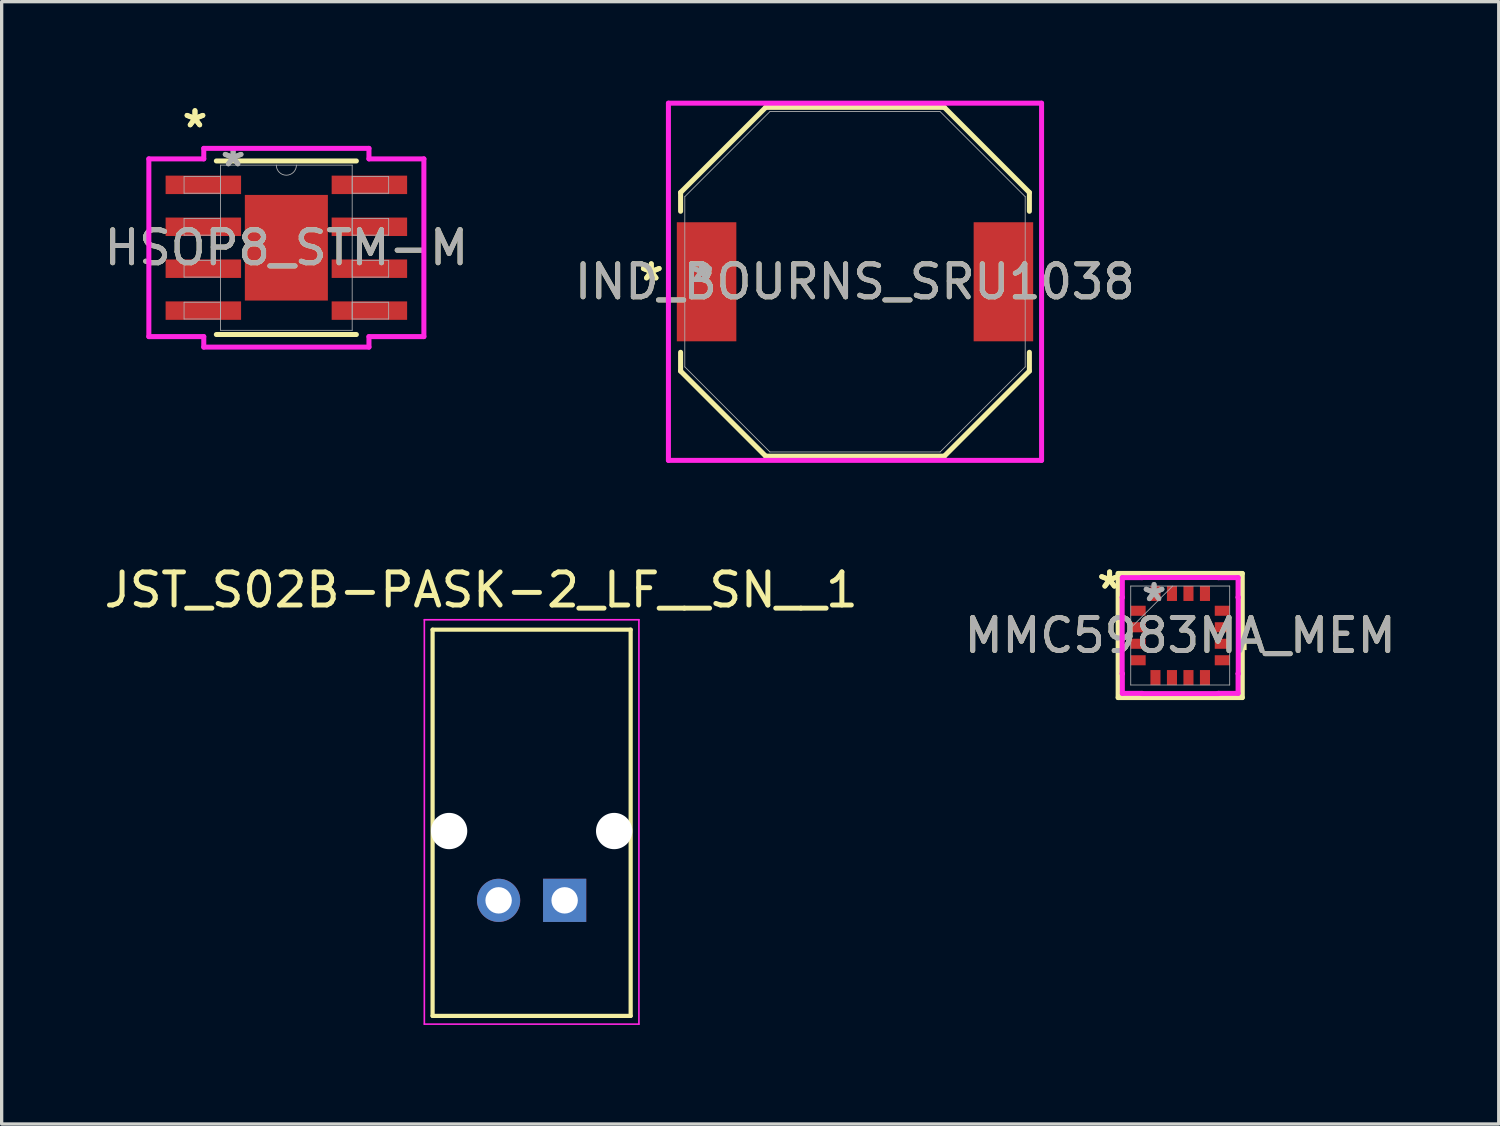
<source format=kicad_pcb>
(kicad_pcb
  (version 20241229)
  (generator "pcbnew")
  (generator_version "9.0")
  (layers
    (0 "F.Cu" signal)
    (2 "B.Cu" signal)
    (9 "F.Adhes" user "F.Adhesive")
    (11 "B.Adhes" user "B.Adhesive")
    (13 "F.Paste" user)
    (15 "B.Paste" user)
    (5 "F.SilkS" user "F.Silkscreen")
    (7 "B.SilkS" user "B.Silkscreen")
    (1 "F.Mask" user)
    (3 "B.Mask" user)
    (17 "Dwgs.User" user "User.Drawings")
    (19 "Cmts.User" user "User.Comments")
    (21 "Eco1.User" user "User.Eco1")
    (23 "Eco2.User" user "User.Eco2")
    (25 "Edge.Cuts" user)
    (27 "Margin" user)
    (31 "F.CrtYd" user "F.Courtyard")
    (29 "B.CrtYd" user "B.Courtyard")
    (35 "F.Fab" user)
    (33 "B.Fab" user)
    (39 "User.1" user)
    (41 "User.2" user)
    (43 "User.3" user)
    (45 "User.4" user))
  (footprint "MMC5983MA_MEM"
    (layer "F.Cu")
    (at 32.703 16.202)
    (property "Reference" "MMC5983MA_MEM" (at 0 0 0) (unlocked yes) (layer "F.SilkS") (effects (font (size 1 1) (thickness 0.15))))
    (attr smd)
    (fp_line (start -1.88 -1.88) (end -1.88 1.88) (stroke (width 0.152) (type solid)) (layer "F.SilkS"))
    (fp_line (start -1.88 1.88) (end 1.88 1.88) (stroke (width 0.152) (type solid)) (layer "F.SilkS"))
    (fp_line (start 1.88 -1.88) (end -1.88 -1.88) (stroke (width 0.152) (type solid)) (layer "F.SilkS"))
    (fp_line (start 1.88 1.88) (end 1.88 -1.88) (stroke (width 0.152) (type solid)) (layer "F.SilkS"))
    (fp_poly (pts (xy 2.012 0.059) (xy 2.012 0.441) (xy 1.758 0.441) (xy 1.758 0.059)) (stroke (width 0) (type solid)) (fill yes) (layer "F.SilkS"))
    (fp_line (start -1.758 -1.156) (end -1.753 -1.156) (stroke (width 0.152) (type solid)) (layer "F.CrtYd"))
    (fp_line (start -1.758 1.156) (end -1.758 -1.156) (stroke (width 0.152) (type solid)) (layer "F.CrtYd"))
    (fp_line (start -1.753 -1.753) (end -1.156 -1.753) (stroke (width 0.152) (type solid)) (layer "F.CrtYd"))
    (fp_line (start -1.753 -1.156) (end -1.753 -1.753) (stroke (width 0.152) (type solid)) (layer "F.CrtYd"))
    (fp_line (start -1.753 1.156) (end -1.758 1.156) (stroke (width 0.152) (type solid)) (layer "F.CrtYd"))
    (fp_line (start -1.753 1.753) (end -1.753 1.156) (stroke (width 0.152) (type solid)) (layer "F.CrtYd"))
    (fp_line (start -1.156 -1.758) (end 1.156 -1.758) (stroke (width 0.152) (type solid)) (layer "F.CrtYd"))
    (fp_line (start -1.156 -1.753) (end -1.156 -1.758) (stroke (width 0.152) (type solid)) (layer "F.CrtYd"))
    (fp_line (start -1.156 1.753) (end -1.753 1.753) (stroke (width 0.152) (type solid)) (layer "F.CrtYd"))
    (fp_line (start -1.156 1.758) (end -1.156 1.753) (stroke (width 0.152) (type solid)) (layer "F.CrtYd"))
    (fp_line (start 1.156 -1.758) (end 1.156 -1.753) (stroke (width 0.152) (type solid)) (layer "F.CrtYd"))
    (fp_line (start 1.156 -1.753) (end 1.753 -1.753) (stroke (width 0.152) (type solid)) (layer "F.CrtYd"))
    (fp_line (start 1.156 1.753) (end 1.156 1.758) (stroke (width 0.152) (type solid)) (layer "F.CrtYd"))
    (fp_line (start 1.156 1.758) (end -1.156 1.758) (stroke (width 0.152) (type solid)) (layer "F.CrtYd"))
    (fp_line (start 1.753 -1.753) (end 1.753 -1.156) (stroke (width 0.152) (type solid)) (layer "F.CrtYd"))
    (fp_line (start 1.753 -1.156) (end 1.758 -1.156) (stroke (width 0.152) (type solid)) (layer "F.CrtYd"))
    (fp_line (start 1.753 1.156) (end 1.753 1.753) (stroke (width 0.152) (type solid)) (layer "F.CrtYd"))
    (fp_line (start 1.753 1.753) (end 1.156 1.753) (stroke (width 0.152) (type solid)) (layer "F.CrtYd"))
    (fp_line (start 1.758 -1.156) (end 1.758 1.156) (stroke (width 0.152) (type solid)) (layer "F.CrtYd"))
    (fp_line (start 1.758 1.156) (end 1.753 1.156) (stroke (width 0.152) (type solid)) (layer "F.CrtYd"))
    (fp_line (start -1.499 -1.499) (end -1.499 1.499) (stroke (width 0.025) (type solid)) (layer "F.Fab"))
    (fp_line (start -1.499 -0.229) (end -0.229 -1.499) (stroke (width 0.025) (type solid)) (layer "F.Fab"))
    (fp_line (start -1.499 1.499) (end 1.499 1.499) (stroke (width 0.025) (type solid)) (layer "F.Fab"))
    (fp_line (start 1.499 -1.499) (end -1.499 -1.499) (stroke (width 0.025) (type solid)) (layer "F.Fab"))
    (fp_line (start 1.499 1.499) (end 1.499 -1.499) (stroke (width 0.025) (type solid)) (layer "F.Fab"))
    (fp_text user "*" (at -2.139 -1.381 0) (layer "F.SilkS") (effects (font (size 1 1) (thickness 0.15))))
    (fp_text user "*" (at -2.139 -1.381 0) (unlocked yes) (layer "F.SilkS") (effects (font (size 1 1) (thickness 0.15))))
    (fp_text user "*" (at -0.792 -1 0) (layer "F.Fab") (effects (font (size 1 1) (thickness 0.15))))
    (fp_text user "${REFERENCE}" (at 0 0 0) (unlocked yes) (layer "F.Fab") (effects (font (size 1 1) (thickness 0.15))))
    (fp_text user "*" (at -0.792 -1 0) (unlocked yes) (layer "F.Fab") (effects (font (size 1 1) (thickness 0.15))))
    (pad "1" smd rect (at -1.275 -0.75 90) (size 0.305 0.457) (layers "F.Cu" "F.Mask" "F.Paste"))
    (pad "2" smd rect (at -1.275 -0.25 90) (size 0.305 0.457) (layers "F.Cu" "F.Mask" "F.Paste"))
    (pad "3" smd rect (at -1.275 0.25 90) (size 0.305 0.457) (layers "F.Cu" "F.Mask" "F.Paste"))
    (pad "4" smd rect (at -1.275 0.75 90) (size 0.305 0.457) (layers "F.Cu" "F.Mask" "F.Paste"))
    (pad "5" smd rect (at -0.75 1.275) (size 0.305 0.457) (layers "F.Cu" "F.Mask" "F.Paste"))
    (pad "6" smd rect (at -0.25 1.275) (size 0.305 0.457) (layers "F.Cu" "F.Mask" "F.Paste"))
    (pad "7" smd rect (at 0.25 1.275) (size 0.305 0.457) (layers "F.Cu" "F.Mask" "F.Paste"))
    (pad "8" smd rect (at 0.75 1.275) (size 0.305 0.457) (layers "F.Cu" "F.Mask" "F.Paste"))
    (pad "9" smd rect (at 1.275 0.75 90) (size 0.305 0.457) (layers "F.Cu" "F.Mask" "F.Paste"))
    (pad "10" smd rect (at 1.275 0.25 90) (size 0.305 0.457) (layers "F.Cu" "F.Mask" "F.Paste"))
    (pad "11" smd rect (at 1.275 -0.25 90) (size 0.305 0.457) (layers "F.Cu" "F.Mask" "F.Paste"))
    (pad "12" smd rect (at 1.275 -0.75 90) (size 0.305 0.457) (layers "F.Cu" "F.Mask" "F.Paste"))
    (pad "13" smd rect (at 0.75 -1.275) (size 0.305 0.457) (layers "F.Cu" "F.Mask" "F.Paste"))
    (pad "14" smd rect (at 0.25 -1.275) (size 0.305 0.457) (layers "F.Cu" "F.Mask" "F.Paste"))
    (pad "15" smd rect (at -0.25 -1.275) (size 0.305 0.457) (layers "F.Cu" "F.Mask" "F.Paste"))
    (pad "16" smd rect (at -0.75 -1.275) (size 0.305 0.457) (layers "F.Cu" "F.Mask" "F.Paste")))
  (footprint "JST_S02B-PASK-2_LF__SN__1"
    (layer "F.Cu")
    (at 13.055 24.225)
    (property "Reference" "JST_S02B-PASK-2_LF__SN__1" (at -1.528 -9.403 0) (layer "F.SilkS") (effects (font (size 1.002 1.002) (thickness 0.15))))
    (attr through_hole)
    (fp_line (start -3 -8.2) (end 3 -8.2) (stroke (width 0.127) (type solid)) (layer "F.SilkS"))
    (fp_line (start -3 3.5) (end -3 -8.2) (stroke (width 0.127) (type solid)) (layer "F.SilkS"))
    (fp_line (start 3 -8.2) (end 3 3.5) (stroke (width 0.127) (type solid)) (layer "F.SilkS"))
    (fp_line (start 3 3.5) (end -3 3.5) (stroke (width 0.127) (type solid)) (layer "F.SilkS"))
    (fp_line (start -3.25 -8.5) (end 3.25 -8.5) (stroke (width 0.05) (type solid)) (layer "F.CrtYd"))
    (fp_line (start -3.25 3.75) (end -3.25 -8.5) (stroke (width 0.05) (type solid)) (layer "F.CrtYd"))
    (fp_line (start 3.25 -8.5) (end 3.25 3.75) (stroke (width 0.05) (type solid)) (layer "F.CrtYd"))
    (fp_line (start 3.25 3.75) (end -3.25 3.75) (stroke (width 0.05) (type solid)) (layer "F.CrtYd"))
    (pad "" np_thru_hole circle (at -2.5 -2.1) (size 1.1 1.1) (drill 1.1) (layers "*.Cu" "*.Mask"))
    (pad "" np_thru_hole circle (at 2.5 -2.1) (size 1.1 1.1) (drill 1.1) (layers "*.Cu" "*.Mask"))
    (pad "1" thru_hole rect (at 1 0) (size 1.308 1.308) (drill 0.8) (layers "*.Cu" "*.Mask"))
    (pad "2" thru_hole circle (at -1 0) (size 1.308 1.308) (drill 0.8) (layers "*.Cu" "*.Mask")))
  (footprint "IND_BOURNS_SRU1038"
    (layer "F.Cu")
    (at 22.851 5.486)
    (property "Reference" "IND_BOURNS_SRU1038" (at 0 0 0) (unlocked yes) (layer "F.SilkS") (effects (font (size 1 1) (thickness 0.15))))
    (attr smd)
    (fp_line (start -5.283 -2.705) (end -5.283 -2.136) (stroke (width 0.152) (type solid)) (layer "F.SilkS"))
    (fp_line (start -5.283 2.136) (end -5.283 2.705) (stroke (width 0.152) (type solid)) (layer "F.SilkS"))
    (fp_line (start -5.283 2.705) (end -2.705 5.283) (stroke (width 0.152) (type solid)) (layer "F.SilkS"))
    (fp_line (start -2.705 -5.283) (end -5.283 -2.705) (stroke (width 0.152) (type solid)) (layer "F.SilkS"))
    (fp_line (start -2.705 5.283) (end 2.705 5.283) (stroke (width 0.152) (type solid)) (layer "F.SilkS"))
    (fp_line (start 2.705 -5.283) (end -2.705 -5.283) (stroke (width 0.152) (type solid)) (layer "F.SilkS"))
    (fp_line (start 2.705 5.283) (end 5.283 2.705) (stroke (width 0.152) (type solid)) (layer "F.SilkS"))
    (fp_line (start 5.283 -2.705) (end 2.705 -5.283) (stroke (width 0.152) (type solid)) (layer "F.SilkS"))
    (fp_line (start 5.283 -2.136) (end 5.283 -2.705) (stroke (width 0.152) (type solid)) (layer "F.SilkS"))
    (fp_line (start 5.283 2.705) (end 5.283 2.136) (stroke (width 0.152) (type solid)) (layer "F.SilkS"))
    (fp_line (start -5.652 -5.41) (end 5.652 -5.41) (stroke (width 0.152) (type solid)) (layer "F.CrtYd"))
    (fp_line (start -5.652 5.41) (end -5.652 -5.41) (stroke (width 0.152) (type solid)) (layer "F.CrtYd"))
    (fp_line (start 5.652 -5.41) (end 5.652 5.41) (stroke (width 0.152) (type solid)) (layer "F.CrtYd"))
    (fp_line (start 5.652 5.41) (end -5.652 5.41) (stroke (width 0.152) (type solid)) (layer "F.CrtYd"))
    (fp_line (start -5.156 -2.578) (end -5.156 2.578) (stroke (width 0.025) (type solid)) (layer "F.Fab"))
    (fp_line (start -5.156 2.578) (end -2.578 5.156) (stroke (width 0.025) (type solid)) (layer "F.Fab"))
    (fp_line (start -2.578 -5.156) (end -5.156 -2.578) (stroke (width 0.025) (type solid)) (layer "F.Fab"))
    (fp_line (start -2.578 5.156) (end 2.578 5.156) (stroke (width 0.025) (type solid)) (layer "F.Fab"))
    (fp_line (start 2.578 -5.156) (end -2.578 -5.156) (stroke (width 0.025) (type solid)) (layer "F.Fab"))
    (fp_line (start 2.578 5.156) (end 5.156 2.578) (stroke (width 0.025) (type solid)) (layer "F.Fab"))
    (fp_line (start 5.156 -2.578) (end 2.578 -5.156) (stroke (width 0.025) (type solid)) (layer "F.Fab"))
    (fp_line (start 5.156 2.578) (end 5.156 -2.578) (stroke (width 0.025) (type solid)) (layer "F.Fab"))
    (fp_text user "*" (at -6.172 0 0) (unlocked yes) (layer "F.SilkS") (effects (font (size 1 1) (thickness 0.15))))
    (fp_text user "*" (at -6.172 0 0) (layer "F.SilkS") (effects (font (size 1 1) (thickness 0.15))))
    (fp_text user "*" (at -4.648 0 0) (layer "F.Fab") (effects (font (size 1 1) (thickness 0.15))))
    (fp_text user "*" (at -4.648 0 0) (unlocked yes) (layer "F.Fab") (effects (font (size 1 1) (thickness 0.15))))
    (fp_text user "${REFERENCE}" (at 0 0 0) (unlocked yes) (layer "F.Fab") (effects (font (size 1 1) (thickness 0.15))))
    (pad "1" smd rect (at -4.496 0) (size 1.803 3.607) (layers "F.Cu" "F.Mask" "F.Paste"))
    (pad "2" smd rect (at 4.496 0) (size 1.803 3.607) (layers "F.Cu" "F.Mask" "F.Paste")))
  (footprint "HSOP8_STM-M"
    (layer "F.Cu")
    (at 5.625 4.455)
    (property "Reference" "HSOP8_STM-M" (at 0 0 0) (unlocked yes) (layer "F.SilkS") (effects (font (size 1 1) (thickness 0.15))))
    (attr smd)
    (fp_line (start -2.121 2.629) (end 2.121 2.629) (stroke (width 0.152) (type solid)) (layer "F.SilkS"))
    (fp_line (start 2.121 -2.629) (end -2.121 -2.629) (stroke (width 0.152) (type solid)) (layer "F.SilkS"))
    (fp_poly (pts (xy -1.157 -1.5) (xy -1.157 -0.1) (xy 1.157 -0.1) (xy 1.157 -1.5)) (stroke (width 0) (type solid)) (fill yes) (layer "F.Paste"))
    (fp_poly (pts (xy -1.157 0.1) (xy -1.157 1.5) (xy 1.157 1.5) (xy 1.157 0.1)) (stroke (width 0) (type solid)) (fill yes) (layer "F.Paste"))
    (fp_line (start -4.166 -2.692) (end -2.502 -2.692) (stroke (width 0.152) (type solid)) (layer "F.CrtYd"))
    (fp_line (start -4.166 2.692) (end -4.166 -2.692) (stroke (width 0.152) (type solid)) (layer "F.CrtYd"))
    (fp_line (start -4.166 2.692) (end -2.502 2.692) (stroke (width 0.152) (type solid)) (layer "F.CrtYd"))
    (fp_line (start -2.502 -3.01) (end 2.502 -3.01) (stroke (width 0.152) (type solid)) (layer "F.CrtYd"))
    (fp_line (start -2.502 -2.692) (end -2.502 -3.01) (stroke (width 0.152) (type solid)) (layer "F.CrtYd"))
    (fp_line (start -2.502 3.01) (end -2.502 2.692) (stroke (width 0.152) (type solid)) (layer "F.CrtYd"))
    (fp_line (start 2.502 -3.01) (end 2.502 -2.692) (stroke (width 0.152) (type solid)) (layer "F.CrtYd"))
    (fp_line (start 2.502 2.692) (end 2.502 3.01) (stroke (width 0.152) (type solid)) (layer "F.CrtYd"))
    (fp_line (start 2.502 3.01) (end -2.502 3.01) (stroke (width 0.152) (type solid)) (layer "F.CrtYd"))
    (fp_line (start 4.166 -2.692) (end 2.502 -2.692) (stroke (width 0.152) (type solid)) (layer "F.CrtYd"))
    (fp_line (start 4.166 -2.692) (end 4.166 2.692) (stroke (width 0.152) (type solid)) (layer "F.CrtYd"))
    (fp_line (start 4.166 2.692) (end 2.502 2.692) (stroke (width 0.152) (type solid)) (layer "F.CrtYd"))
    (fp_line (start -3.099 -2.159) (end -3.099 -1.651) (stroke (width 0.025) (type solid)) (layer "F.Fab"))
    (fp_line (start -3.099 -1.651) (end -1.994 -1.651) (stroke (width 0.025) (type solid)) (layer "F.Fab"))
    (fp_line (start -3.099 -0.889) (end -3.099 -0.381) (stroke (width 0.025) (type solid)) (layer "F.Fab"))
    (fp_line (start -3.099 -0.381) (end -1.994 -0.381) (stroke (width 0.025) (type solid)) (layer "F.Fab"))
    (fp_line (start -3.099 0.381) (end -3.099 0.889) (stroke (width 0.025) (type solid)) (layer "F.Fab"))
    (fp_line (start -3.099 0.889) (end -1.994 0.889) (stroke (width 0.025) (type solid)) (layer "F.Fab"))
    (fp_line (start -3.099 1.651) (end -3.099 2.159) (stroke (width 0.025) (type solid)) (layer "F.Fab"))
    (fp_line (start -3.099 2.159) (end -1.994 2.159) (stroke (width 0.025) (type solid)) (layer "F.Fab"))
    (fp_line (start -1.994 -2.502) (end -1.994 2.502) (stroke (width 0.025) (type solid)) (layer "F.Fab"))
    (fp_line (start -1.994 -2.159) (end -3.099 -2.159) (stroke (width 0.025) (type solid)) (layer "F.Fab"))
    (fp_line (start -1.994 -1.651) (end -1.994 -2.159) (stroke (width 0.025) (type solid)) (layer "F.Fab"))
    (fp_line (start -1.994 -0.889) (end -3.099 -0.889) (stroke (width 0.025) (type solid)) (layer "F.Fab"))
    (fp_line (start -1.994 -0.381) (end -1.994 -0.889) (stroke (width 0.025) (type solid)) (layer "F.Fab"))
    (fp_line (start -1.994 0.381) (end -3.099 0.381) (stroke (width 0.025) (type solid)) (layer "F.Fab"))
    (fp_line (start -1.994 0.889) (end -1.994 0.381) (stroke (width 0.025) (type solid)) (layer "F.Fab"))
    (fp_line (start -1.994 1.651) (end -3.099 1.651) (stroke (width 0.025) (type solid)) (layer "F.Fab"))
    (fp_line (start -1.994 2.159) (end -1.994 1.651) (stroke (width 0.025) (type solid)) (layer "F.Fab"))
    (fp_line (start -1.994 2.502) (end 1.994 2.502) (stroke (width 0.025) (type solid)) (layer "F.Fab"))
    (fp_line (start 1.994 -2.502) (end -1.994 -2.502) (stroke (width 0.025) (type solid)) (layer "F.Fab"))
    (fp_line (start 1.994 -2.159) (end 1.994 -1.651) (stroke (width 0.025) (type solid)) (layer "F.Fab"))
    (fp_line (start 1.994 -1.651) (end 3.099 -1.651) (stroke (width 0.025) (type solid)) (layer "F.Fab"))
    (fp_line (start 1.994 -0.889) (end 1.994 -0.381) (stroke (width 0.025) (type solid)) (layer "F.Fab"))
    (fp_line (start 1.994 -0.381) (end 3.099 -0.381) (stroke (width 0.025) (type solid)) (layer "F.Fab"))
    (fp_line (start 1.994 0.381) (end 1.994 0.889) (stroke (width 0.025) (type solid)) (layer "F.Fab"))
    (fp_line (start 1.994 0.889) (end 3.099 0.889) (stroke (width 0.025) (type solid)) (layer "F.Fab"))
    (fp_line (start 1.994 1.651) (end 1.994 2.159) (stroke (width 0.025) (type solid)) (layer "F.Fab"))
    (fp_line (start 1.994 2.159) (end 3.099 2.159) (stroke (width 0.025) (type solid)) (layer "F.Fab"))
    (fp_line (start 1.994 2.502) (end 1.994 -2.502) (stroke (width 0.025) (type solid)) (layer "F.Fab"))
    (fp_line (start 3.099 -2.159) (end 1.994 -2.159) (stroke (width 0.025) (type solid)) (layer "F.Fab"))
    (fp_line (start 3.099 -1.651) (end 3.099 -2.159) (stroke (width 0.025) (type solid)) (layer "F.Fab"))
    (fp_line (start 3.099 -0.889) (end 1.994 -0.889) (stroke (width 0.025) (type solid)) (layer "F.Fab"))
    (fp_line (start 3.099 -0.381) (end 3.099 -0.889) (stroke (width 0.025) (type solid)) (layer "F.Fab"))
    (fp_line (start 3.099 0.381) (end 1.994 0.381) (stroke (width 0.025) (type solid)) (layer "F.Fab"))
    (fp_line (start 3.099 0.889) (end 3.099 0.381) (stroke (width 0.025) (type solid)) (layer "F.Fab"))
    (fp_line (start 3.099 1.651) (end 1.994 1.651) (stroke (width 0.025) (type solid)) (layer "F.Fab"))
    (fp_line (start 3.099 2.159) (end 3.099 1.651) (stroke (width 0.025) (type solid)) (layer "F.Fab"))
    (fp_arc (start 0.3048 -2.5019) (mid 0 -2.1971) (end -0.3048 -2.5019) (stroke (width 0.0254) (type solid)) (layer "F.Fab"))
    (fp_text user "*" (at -2.769 -3.607 0) (unlocked yes) (layer "F.SilkS") (effects (font (size 1 1) (thickness 0.15))))
    (fp_text user "*" (at -2.769 -3.607 0) (layer "F.SilkS") (effects (font (size 1 1) (thickness 0.15))))
    (fp_text user "*" (at -1.613 -2.426 0) (layer "F.Fab") (effects (font (size 1 1) (thickness 0.15))))
    (fp_text user "${REFERENCE}" (at 0 0 0) (unlocked yes) (layer "F.Fab") (effects (font (size 1 1) (thickness 0.15))))
    (fp_text user "*" (at -1.613 -2.426 0) (unlocked yes) (layer "F.Fab") (effects (font (size 1 1) (thickness 0.15))))
    (pad "1" smd rect (at -2.515 -1.905) (size 2.286 0.559) (layers "F.Cu" "F.Mask" "F.Paste"))
    (pad "2" smd rect (at -2.515 -0.635) (size 2.286 0.559) (layers "F.Cu" "F.Mask" "F.Paste"))
    (pad "3" smd rect (at -2.515 0.635) (size 2.286 0.559) (layers "F.Cu" "F.Mask" "F.Paste"))
    (pad "4" smd rect (at -2.515 1.905) (size 2.286 0.559) (layers "F.Cu" "F.Mask" "F.Paste"))
    (pad "5" smd rect (at 2.515 1.905) (size 2.286 0.559) (layers "F.Cu" "F.Mask" "F.Paste"))
    (pad "6" smd rect (at 2.515 0.635) (size 2.286 0.559) (layers "F.Cu" "F.Mask" "F.Paste"))
    (pad "7" smd rect (at 2.515 -0.635) (size 2.286 0.559) (layers "F.Cu" "F.Mask" "F.Paste"))
    (pad "8" smd rect (at 2.515 -1.905) (size 2.286 0.559) (layers "F.Cu" "F.Mask" "F.Paste"))
    (pad "EPAD" smd rect (at 0 0) (size 2.515 3.2) (layers "F.Cu" "F.Mask")))
  (gr_rect
    (start -3 -3)
    (end 42.352 31)
    (stroke (width 0.1) (type default))
    (fill no)
    (layer "Edge.Cuts")))
</source>
